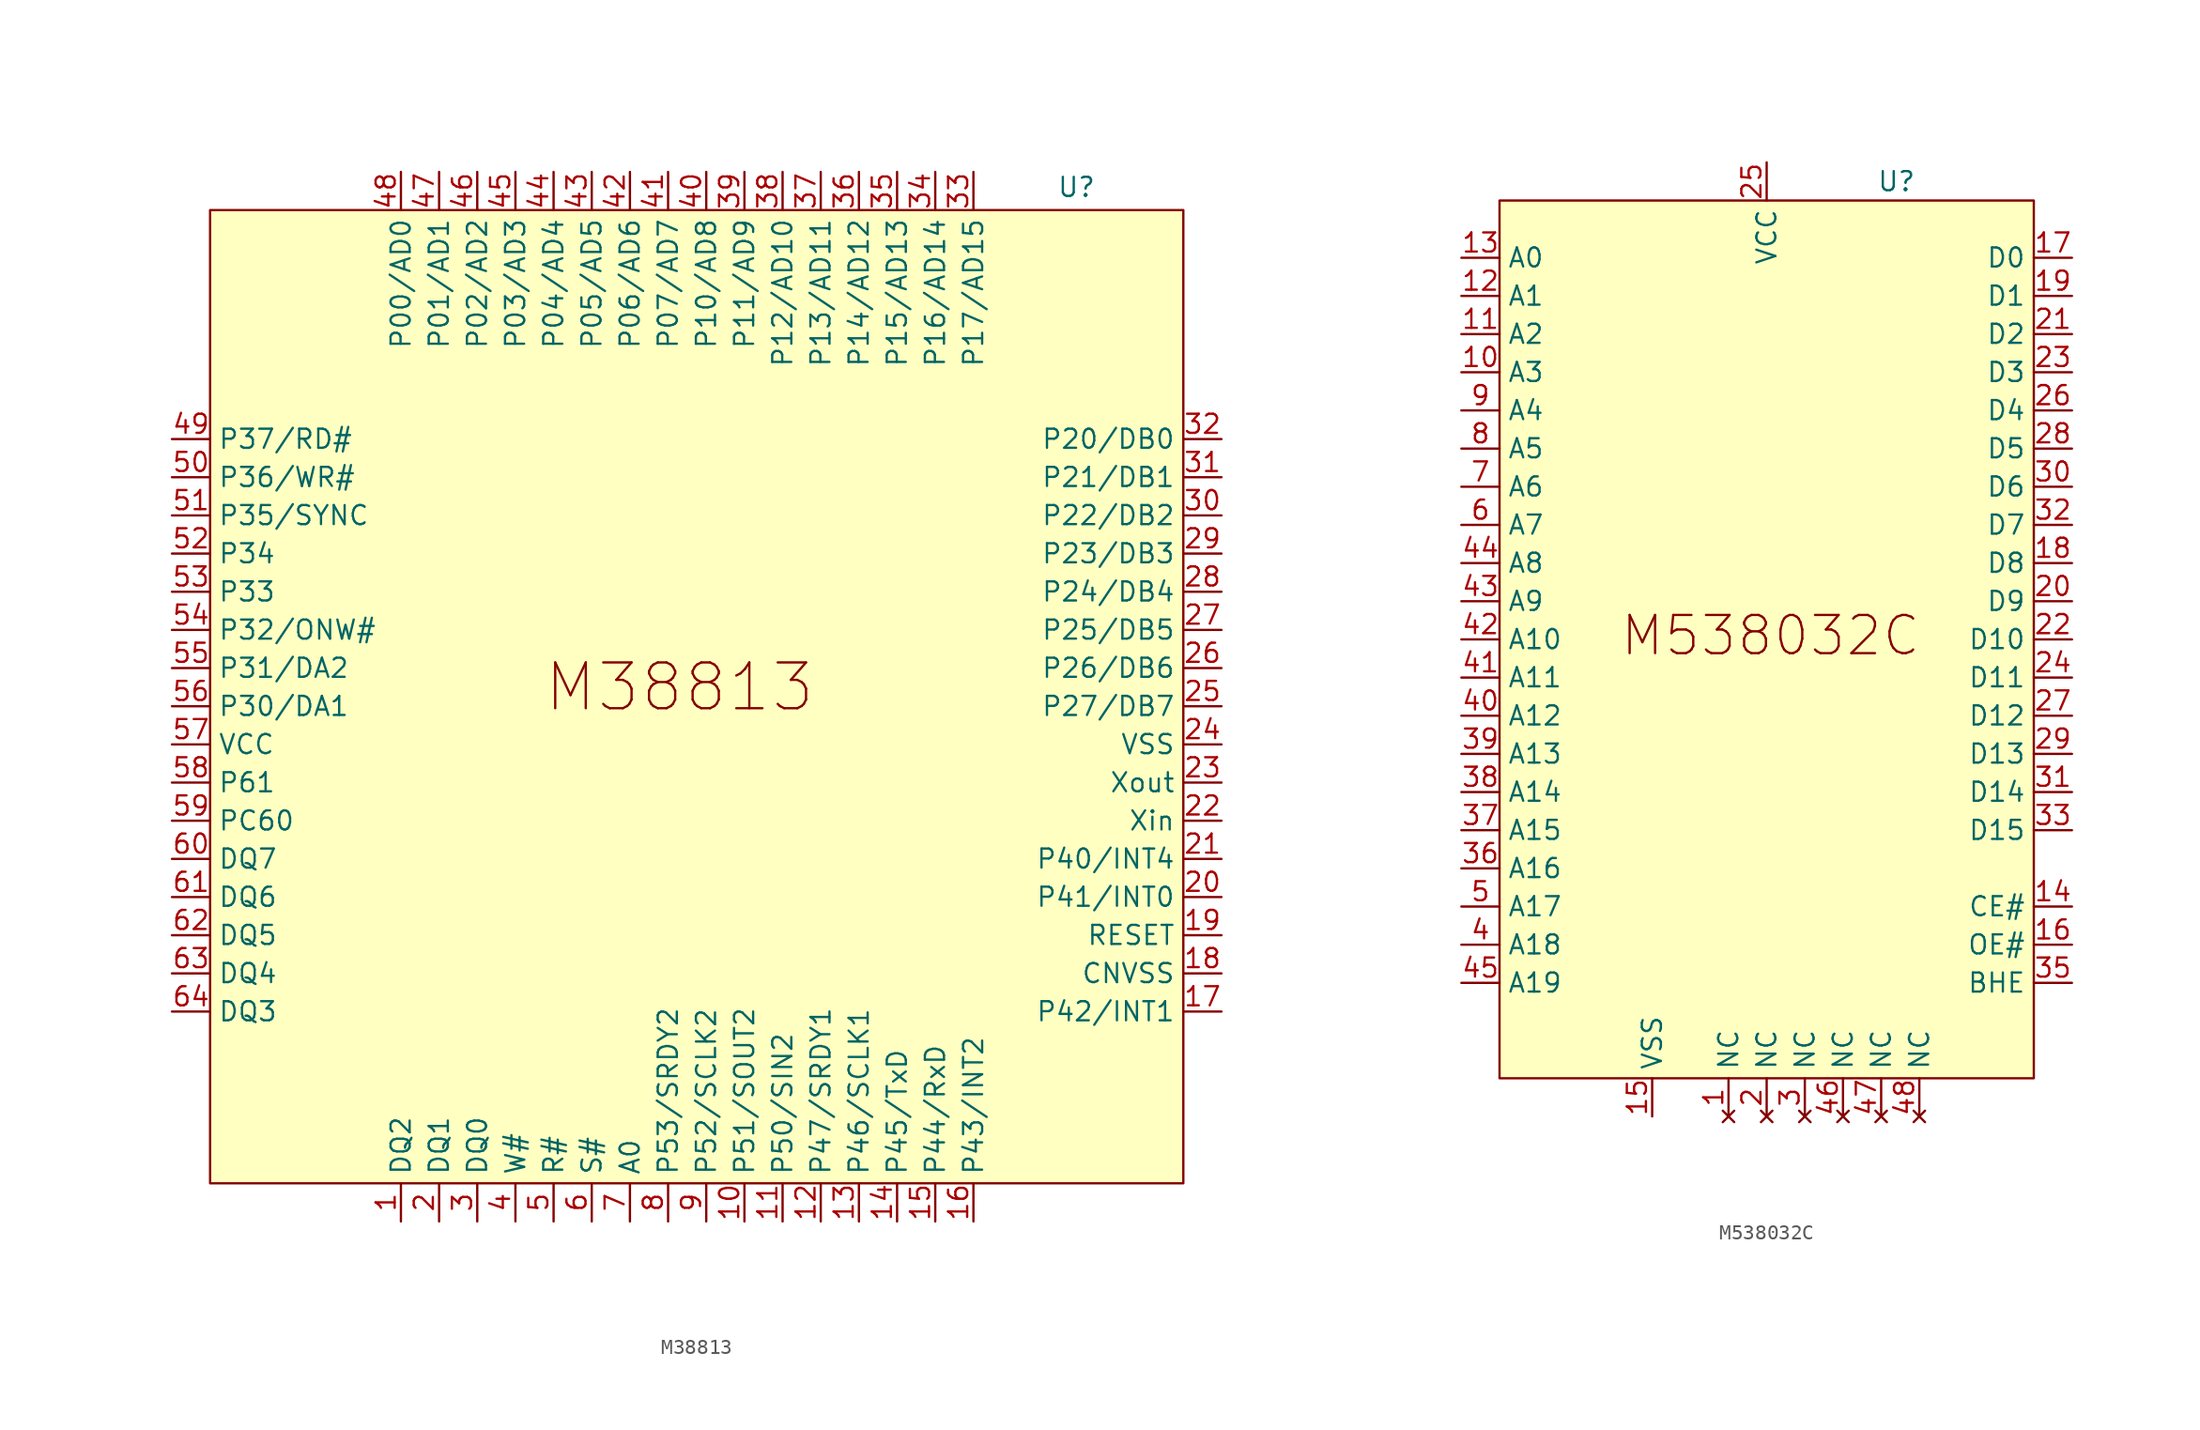
<source format=kicad_sym>
(kicad_symbol_lib
  (version 20241209)
  (generator "kicad_symbol_editor")
  (generator_version "9.0")
  (symbol "M38813"
    (property "Reference" "U"
      (at 25.908 34.544 0)
      (effects (font (size 1.27 1.27))))
    (property "Value" ""
      (at 0 0 0)
      (effects (font (size 1.27 1.27))))
    (symbol "M38813_1_1"
      (rectangle (start -31.75 33.02) (end 33.02 -31.75) (stroke (width 0) (type solid)) (fill (type color) (color 255 255 194 1)))
      (text "M38813" (at -0.508 1.27 0) (effects (font (size 3.048 3.048))))
      (pin bidirectional line (at -34.29 17.78 0) (length 2.54) (name "P37/RD#" (effects (font (size 1.27 1.27)))) (number "49" (effects (font (size 1.27 1.27)))))
      (pin bidirectional line (at -34.29 15.24 0) (length 2.54) (name "P36/WR#" (effects (font (size 1.27 1.27)))) (number "50" (effects (font (size 1.27 1.27)))))
      (pin bidirectional line (at -34.29 12.7 0) (length 2.54) (name "P35/SYNC" (effects (font (size 1.27 1.27)))) (number "51" (effects (font (size 1.27 1.27)))))
      (pin bidirectional line (at -34.29 10.16 0) (length 2.54) (name "P34" (effects (font (size 1.27 1.27)))) (number "52" (effects (font (size 1.27 1.27)))))
      (pin bidirectional line (at -34.29 7.62 0) (length 2.54) (name "P33" (effects (font (size 1.27 1.27)))) (number "53" (effects (font (size 1.27 1.27)))))
      (pin bidirectional line (at -34.29 5.08 0) (length 2.54) (name "P32/ONW#" (effects (font (size 1.27 1.27)))) (number "54" (effects (font (size 1.27 1.27)))))
      (pin bidirectional line (at -34.29 2.54 0) (length 2.54) (name "P31/DA2" (effects (font (size 1.27 1.27)))) (number "55" (effects (font (size 1.27 1.27)))))
      (pin bidirectional line (at -34.29 0 0) (length 2.54) (name "P30/DA1" (effects (font (size 1.27 1.27)))) (number "56" (effects (font (size 1.27 1.27)))))
      (pin power_in line (at -34.29 -2.54 0) (length 2.54) (name "VCC" (effects (font (size 1.27 1.27)))) (number "57" (effects (font (size 1.27 1.27)))))
      (pin bidirectional line (at -34.29 -5.08 0) (length 2.54) (name "P61" (effects (font (size 1.27 1.27)))) (number "58" (effects (font (size 1.27 1.27)))))
      (pin bidirectional line (at -34.29 -7.62 0) (length 2.54) (name "PC60" (effects (font (size 1.27 1.27)))) (number "59" (effects (font (size 1.27 1.27)))))
      (pin bidirectional line (at -34.29 -10.16 0) (length 2.54) (name "DQ7" (effects (font (size 1.27 1.27)))) (number "60" (effects (font (size 1.27 1.27)))))
      (pin bidirectional line (at -34.29 -12.7 0) (length 2.54) (name "DQ6" (effects (font (size 1.27 1.27)))) (number "61" (effects (font (size 1.27 1.27)))))
      (pin bidirectional line (at -34.29 -15.24 0) (length 2.54) (name "DQ5" (effects (font (size 1.27 1.27)))) (number "62" (effects (font (size 1.27 1.27)))))
      (pin bidirectional line (at -34.29 -17.78 0) (length 2.54) (name "DQ4" (effects (font (size 1.27 1.27)))) (number "63" (effects (font (size 1.27 1.27)))))
      (pin bidirectional line (at -34.29 -20.32 0) (length 2.54) (name "DQ3" (effects (font (size 1.27 1.27)))) (number "64" (effects (font (size 1.27 1.27)))))
      (pin bidirectional line (at -19.05 35.56 270) (length 2.54) (name "P00/AD0" (effects (font (size 1.27 1.27)))) (number "48" (effects (font (size 1.27 1.27)))))
      (pin bidirectional line (at -19.05 -34.29 90) (length 2.54) (name "DQ2" (effects (font (size 1.27 1.27)))) (number "1" (effects (font (size 1.27 1.27)))))
      (pin bidirectional line (at -16.51 35.56 270) (length 2.54) (name "P01/AD1" (effects (font (size 1.27 1.27)))) (number "47" (effects (font (size 1.27 1.27)))))
      (pin bidirectional line (at -16.51 -34.29 90) (length 2.54) (name "DQ1" (effects (font (size 1.27 1.27)))) (number "2" (effects (font (size 1.27 1.27)))))
      (pin bidirectional line (at -13.97 35.56 270) (length 2.54) (name "P02/AD2" (effects (font (size 1.27 1.27)))) (number "46" (effects (font (size 1.27 1.27)))))
      (pin bidirectional line (at -13.97 -34.29 90) (length 2.54) (name "DQ0" (effects (font (size 1.27 1.27)))) (number "3" (effects (font (size 1.27 1.27)))))
      (pin bidirectional line (at -11.43 35.56 270) (length 2.54) (name "P03/AD3" (effects (font (size 1.27 1.27)))) (number "45" (effects (font (size 1.27 1.27)))))
      (pin bidirectional line (at -11.43 -34.29 90) (length 2.54) (name "W#" (effects (font (size 1.27 1.27)))) (number "4" (effects (font (size 1.27 1.27)))))
      (pin bidirectional line (at -8.89 35.56 270) (length 2.54) (name "P04/AD4" (effects (font (size 1.27 1.27)))) (number "44" (effects (font (size 1.27 1.27)))))
      (pin bidirectional line (at -8.89 -34.29 90) (length 2.54) (name "R#" (effects (font (size 1.27 1.27)))) (number "5" (effects (font (size 1.27 1.27)))))
      (pin bidirectional line (at -6.35 35.56 270) (length 2.54) (name "P05/AD5" (effects (font (size 1.27 1.27)))) (number "43" (effects (font (size 1.27 1.27)))))
      (pin bidirectional line (at -6.35 -34.29 90) (length 2.54) (name "S#" (effects (font (size 1.27 1.27)))) (number "6" (effects (font (size 1.27 1.27)))))
      (pin bidirectional line (at -3.81 35.56 270) (length 2.54) (name "P06/AD6" (effects (font (size 1.27 1.27)))) (number "42" (effects (font (size 1.27 1.27)))))
      (pin bidirectional line (at -3.81 -34.29 90) (length 2.54) (name "A0" (effects (font (size 1.27 1.27)))) (number "7" (effects (font (size 1.27 1.27)))))
      (pin bidirectional line (at -1.27 35.56 270) (length 2.54) (name "P07/AD7" (effects (font (size 1.27 1.27)))) (number "41" (effects (font (size 1.27 1.27)))))
      (pin bidirectional line (at -1.27 -34.29 90) (length 2.54) (name "P53/SRDY2" (effects (font (size 1.27 1.27)))) (number "8" (effects (font (size 1.27 1.27)))))
      (pin bidirectional line (at 1.27 35.56 270) (length 2.54) (name "P10/AD8" (effects (font (size 1.27 1.27)))) (number "40" (effects (font (size 1.27 1.27)))))
      (pin bidirectional line (at 1.27 -34.29 90) (length 2.54) (name "P52/SCLK2" (effects (font (size 1.27 1.27)))) (number "9" (effects (font (size 1.27 1.27)))))
      (pin bidirectional line (at 3.81 35.56 270) (length 2.54) (name "P11/AD9" (effects (font (size 1.27 1.27)))) (number "39" (effects (font (size 1.27 1.27)))))
      (pin bidirectional line (at 3.81 -34.29 90) (length 2.54) (name "P51/SOUT2" (effects (font (size 1.27 1.27)))) (number "10" (effects (font (size 1.27 1.27)))))
      (pin bidirectional line (at 6.35 35.56 270) (length 2.54) (name "P12/AD10" (effects (font (size 1.27 1.27)))) (number "38" (effects (font (size 1.27 1.27)))))
      (pin bidirectional line (at 6.35 -34.29 90) (length 2.54) (name "P50/SIN2" (effects (font (size 1.27 1.27)))) (number "11" (effects (font (size 1.27 1.27)))))
      (pin bidirectional line (at 8.89 35.56 270) (length 2.54) (name "P13/AD11" (effects (font (size 1.27 1.27)))) (number "37" (effects (font (size 1.27 1.27)))))
      (pin bidirectional line (at 8.89 -34.29 90) (length 2.54) (name "P47/SRDY1" (effects (font (size 1.27 1.27)))) (number "12" (effects (font (size 1.27 1.27)))))
      (pin bidirectional line (at 11.43 35.56 270) (length 2.54) (name "P14/AD12" (effects (font (size 1.27 1.27)))) (number "36" (effects (font (size 1.27 1.27)))))
      (pin bidirectional line (at 11.43 -34.29 90) (length 2.54) (name "P46/SCLK1" (effects (font (size 1.27 1.27)))) (number "13" (effects (font (size 1.27 1.27)))))
      (pin bidirectional line (at 13.97 35.56 270) (length 2.54) (name "P15/AD13" (effects (font (size 1.27 1.27)))) (number "35" (effects (font (size 1.27 1.27)))))
      (pin bidirectional line (at 13.97 -34.29 90) (length 2.54) (name "P45/TxD" (effects (font (size 1.27 1.27)))) (number "14" (effects (font (size 1.27 1.27)))))
      (pin bidirectional line (at 16.51 35.56 270) (length 2.54) (name "P16/AD14" (effects (font (size 1.27 1.27)))) (number "34" (effects (font (size 1.27 1.27)))))
      (pin bidirectional line (at 16.51 -34.29 90) (length 2.54) (name "P44/RxD" (effects (font (size 1.27 1.27)))) (number "15" (effects (font (size 1.27 1.27)))))
      (pin bidirectional line (at 19.05 35.56 270) (length 2.54) (name "P17/AD15" (effects (font (size 1.27 1.27)))) (number "33" (effects (font (size 1.27 1.27)))))
      (pin bidirectional line (at 19.05 -34.29 90) (length 2.54) (name "P43/INT2" (effects (font (size 1.27 1.27)))) (number "16" (effects (font (size 1.27 1.27)))))
      (pin bidirectional line (at 35.56 17.78 180) (length 2.54) (name "P20/DB0" (effects (font (size 1.27 1.27)))) (number "32" (effects (font (size 1.27 1.27)))))
      (pin bidirectional line (at 35.56 15.24 180) (length 2.54) (name "P21/DB1" (effects (font (size 1.27 1.27)))) (number "31" (effects (font (size 1.27 1.27)))))
      (pin bidirectional line (at 35.56 12.7 180) (length 2.54) (name "P22/DB2" (effects (font (size 1.27 1.27)))) (number "30" (effects (font (size 1.27 1.27)))))
      (pin bidirectional line (at 35.56 10.16 180) (length 2.54) (name "P23/DB3" (effects (font (size 1.27 1.27)))) (number "29" (effects (font (size 1.27 1.27)))))
      (pin bidirectional line (at 35.56 7.62 180) (length 2.54) (name "P24/DB4" (effects (font (size 1.27 1.27)))) (number "28" (effects (font (size 1.27 1.27)))))
      (pin bidirectional line (at 35.56 5.08 180) (length 2.54) (name "P25/DB5" (effects (font (size 1.27 1.27)))) (number "27" (effects (font (size 1.27 1.27)))))
      (pin bidirectional line (at 35.56 2.54 180) (length 2.54) (name "P26/DB6" (effects (font (size 1.27 1.27)))) (number "26" (effects (font (size 1.27 1.27)))))
      (pin bidirectional line (at 35.56 0 180) (length 2.54) (name "P27/DB7" (effects (font (size 1.27 1.27)))) (number "25" (effects (font (size 1.27 1.27)))))
      (pin power_in line (at 35.56 -2.54 180) (length 2.54) (name "VSS" (effects (font (size 1.27 1.27)))) (number "24" (effects (font (size 1.27 1.27)))))
      (pin output line (at 35.56 -5.08 180) (length 2.54) (name "Xout" (effects (font (size 1.27 1.27)))) (number "23" (effects (font (size 1.27 1.27)))))
      (pin input line (at 35.56 -7.62 180) (length 2.54) (name "Xin" (effects (font (size 1.27 1.27)))) (number "22" (effects (font (size 1.27 1.27)))))
      (pin bidirectional line (at 35.56 -10.16 180) (length 2.54) (name "P40/INT4" (effects (font (size 1.27 1.27)))) (number "21" (effects (font (size 1.27 1.27)))))
      (pin bidirectional line (at 35.56 -12.7 180) (length 2.54) (name "P41/INT0" (effects (font (size 1.27 1.27)))) (number "20" (effects (font (size 1.27 1.27)))))
      (pin input line (at 35.56 -15.24 180) (length 2.54) (name "RESET" (effects (font (size 1.27 1.27)))) (number "19" (effects (font (size 1.27 1.27)))))
      (pin input line (at 35.56 -17.78 180) (length 2.54) (name "CNVSS" (effects (font (size 1.27 1.27)))) (number "18" (effects (font (size 1.27 1.27)))))
      (pin bidirectional line (at 35.56 -20.32 180) (length 2.54) (name "P42/INT1" (effects (font (size 1.27 1.27)))) (number "17" (effects (font (size 1.27 1.27)))))))
  (symbol "M538032C"
    (property "Reference" "U"
      (at 8.636 30.48 0)
      (effects (font (size 1.27 1.27))))
    (property "Value" ""
      (at 0 0 0)
      (effects (font (size 1.27 1.27))))
    (symbol "M538032C_1_1"
      (rectangle (start -17.78 29.21) (end 17.78 -29.21) (stroke (width 0) (type solid)) (fill (type color) (color 255 255 194 1)))
      (text "M538032C\n" (at 0.254 0.254 0) (effects (font (size 2.54 2.54))))
      (pin input line (at -20.32 25.4 0) (length 2.54) (name "A0" (effects (font (size 1.27 1.27)))) (number "13" (effects (font (size 1.27 1.27)))))
      (pin input line (at -20.32 22.86 0) (length 2.54) (name "A1" (effects (font (size 1.27 1.27)))) (number "12" (effects (font (size 1.27 1.27)))))
      (pin input line (at -20.32 20.32 0) (length 2.54) (name "A2" (effects (font (size 1.27 1.27)))) (number "11" (effects (font (size 1.27 1.27)))))
      (pin input line (at -20.32 17.78 0) (length 2.54) (name "A3" (effects (font (size 1.27 1.27)))) (number "10" (effects (font (size 1.27 1.27)))))
      (pin input line (at -20.32 15.24 0) (length 2.54) (name "A4" (effects (font (size 1.27 1.27)))) (number "9" (effects (font (size 1.27 1.27)))))
      (pin input line (at -20.32 12.7 0) (length 2.54) (name "A5" (effects (font (size 1.27 1.27)))) (number "8" (effects (font (size 1.27 1.27)))))
      (pin input line (at -20.32 10.16 0) (length 2.54) (name "A6" (effects (font (size 1.27 1.27)))) (number "7" (effects (font (size 1.27 1.27)))))
      (pin input line (at -20.32 7.62 0) (length 2.54) (name "A7" (effects (font (size 1.27 1.27)))) (number "6" (effects (font (size 1.27 1.27)))))
      (pin input line (at -20.32 5.08 0) (length 2.54) (name "A8" (effects (font (size 1.27 1.27)))) (number "44" (effects (font (size 1.27 1.27)))))
      (pin input line (at -20.32 2.54 0) (length 2.54) (name "A9" (effects (font (size 1.27 1.27)))) (number "43" (effects (font (size 1.27 1.27)))))
      (pin input line (at -20.32 0 0) (length 2.54) (name "A10" (effects (font (size 1.27 1.27)))) (number "42" (effects (font (size 1.27 1.27)))))
      (pin input line (at -20.32 -2.54 0) (length 2.54) (name "A11" (effects (font (size 1.27 1.27)))) (number "41" (effects (font (size 1.27 1.27)))))
      (pin input line (at -20.32 -5.08 0) (length 2.54) (name "A12" (effects (font (size 1.27 1.27)))) (number "40" (effects (font (size 1.27 1.27)))))
      (pin input line (at -20.32 -7.62 0) (length 2.54) (name "A13" (effects (font (size 1.27 1.27)))) (number "39" (effects (font (size 1.27 1.27)))))
      (pin input line (at -20.32 -10.16 0) (length 2.54) (name "A14" (effects (font (size 1.27 1.27)))) (number "38" (effects (font (size 1.27 1.27)))))
      (pin input line (at -20.32 -12.7 0) (length 2.54) (name "A15" (effects (font (size 1.27 1.27)))) (number "37" (effects (font (size 1.27 1.27)))))
      (pin input line (at -20.32 -15.24 0) (length 2.54) (name "A16" (effects (font (size 1.27 1.27)))) (number "36" (effects (font (size 1.27 1.27)))))
      (pin input line (at -20.32 -17.78 0) (length 2.54) (name "A17" (effects (font (size 1.27 1.27)))) (number "5" (effects (font (size 1.27 1.27)))))
      (pin input line (at -20.32 -20.32 0) (length 2.54) (name "A18" (effects (font (size 1.27 1.27)))) (number "4" (effects (font (size 1.27 1.27)))))
      (pin input line (at -20.32 -22.86 0) (length 2.54) (name "A19" (effects (font (size 1.27 1.27)))) (number "45" (effects (font (size 1.27 1.27)))))
      (pin power_in line (at -7.62 -31.75 90) (length 2.54) (name "VSS" (effects (font (size 1.27 1.27)))) (number "15" (effects (font (size 1.27 1.27)))))
      (pin no_connect line (at -2.54 -31.75 90) (length 2.54) (name "NC" (effects (font (size 1.27 1.27)))) (number "1" (effects (font (size 1.27 1.27)))))
      (pin power_in line (at 0 31.75 270) (length 2.54) (name "VCC" (effects (font (size 1.27 1.27)))) (number "25" (effects (font (size 1.27 1.27)))))
      (pin no_connect line (at 0 -31.75 90) (length 2.54) (name "NC" (effects (font (size 1.27 1.27)))) (number "2" (effects (font (size 1.27 1.27)))))
      (pin no_connect line (at 2.54 -31.75 90) (length 2.54) (name "NC" (effects (font (size 1.27 1.27)))) (number "3" (effects (font (size 1.27 1.27)))))
      (pin no_connect line (at 5.08 -31.75 90) (length 2.54) (name "NC" (effects (font (size 1.27 1.27)))) (number "46" (effects (font (size 1.27 1.27)))))
      (pin no_connect line (at 7.62 -31.75 90) (length 2.54) (name "NC" (effects (font (size 1.27 1.27)))) (number "47" (effects (font (size 1.27 1.27)))))
      (pin no_connect line (at 10.16 -31.75 90) (length 2.54) (name "NC" (effects (font (size 1.27 1.27)))) (number "48" (effects (font (size 1.27 1.27)))))
      (pin bidirectional line (at 20.32 25.4 180) (length 2.54) (name "D0" (effects (font (size 1.27 1.27)))) (number "17" (effects (font (size 1.27 1.27)))))
      (pin bidirectional line (at 20.32 22.86 180) (length 2.54) (name "D1" (effects (font (size 1.27 1.27)))) (number "19" (effects (font (size 1.27 1.27)))))
      (pin bidirectional line (at 20.32 20.32 180) (length 2.54) (name "D2" (effects (font (size 1.27 1.27)))) (number "21" (effects (font (size 1.27 1.27)))))
      (pin bidirectional line (at 20.32 17.78 180) (length 2.54) (name "D3" (effects (font (size 1.27 1.27)))) (number "23" (effects (font (size 1.27 1.27)))))
      (pin bidirectional line (at 20.32 15.24 180) (length 2.54) (name "D4" (effects (font (size 1.27 1.27)))) (number "26" (effects (font (size 1.27 1.27)))))
      (pin bidirectional line (at 20.32 12.7 180) (length 2.54) (name "D5" (effects (font (size 1.27 1.27)))) (number "28" (effects (font (size 1.27 1.27)))))
      (pin bidirectional line (at 20.32 10.16 180) (length 2.54) (name "D6" (effects (font (size 1.27 1.27)))) (number "30" (effects (font (size 1.27 1.27)))))
      (pin bidirectional line (at 20.32 7.62 180) (length 2.54) (name "D7" (effects (font (size 1.27 1.27)))) (number "32" (effects (font (size 1.27 1.27)))))
      (pin bidirectional line (at 20.32 5.08 180) (length 2.54) (name "D8" (effects (font (size 1.27 1.27)))) (number "18" (effects (font (size 1.27 1.27)))))
      (pin bidirectional line (at 20.32 2.54 180) (length 2.54) (name "D9" (effects (font (size 1.27 1.27)))) (number "20" (effects (font (size 1.27 1.27)))))
      (pin bidirectional line (at 20.32 0 180) (length 2.54) (name "D10" (effects (font (size 1.27 1.27)))) (number "22" (effects (font (size 1.27 1.27)))))
      (pin bidirectional line (at 20.32 -2.54 180) (length 2.54) (name "D11" (effects (font (size 1.27 1.27)))) (number "24" (effects (font (size 1.27 1.27)))))
      (pin bidirectional line (at 20.32 -5.08 180) (length 2.54) (name "D12" (effects (font (size 1.27 1.27)))) (number "27" (effects (font (size 1.27 1.27)))))
      (pin bidirectional line (at 20.32 -7.62 180) (length 2.54) (name "D13" (effects (font (size 1.27 1.27)))) (number "29" (effects (font (size 1.27 1.27)))))
      (pin bidirectional line (at 20.32 -10.16 180) (length 2.54) (name "D14" (effects (font (size 1.27 1.27)))) (number "31" (effects (font (size 1.27 1.27)))))
      (pin bidirectional line (at 20.32 -12.7 180) (length 2.54) (name "D15" (effects (font (size 1.27 1.27)))) (number "33" (effects (font (size 1.27 1.27)))))
      (pin input line (at 20.32 -17.78 180) (length 2.54) (name "CE#" (effects (font (size 1.27 1.27)))) (number "14" (effects (font (size 1.27 1.27)))))
      (pin input line (at 20.32 -20.32 180) (length 2.54) (name "OE#" (effects (font (size 1.27 1.27)))) (number "16" (effects (font (size 1.27 1.27)))))
      (pin input line (at 20.32 -22.86 180) (length 2.54) (name "BHE" (effects (font (size 1.27 1.27)))) (number "35" (effects (font (size 1.27 1.27))))))))
</source>
